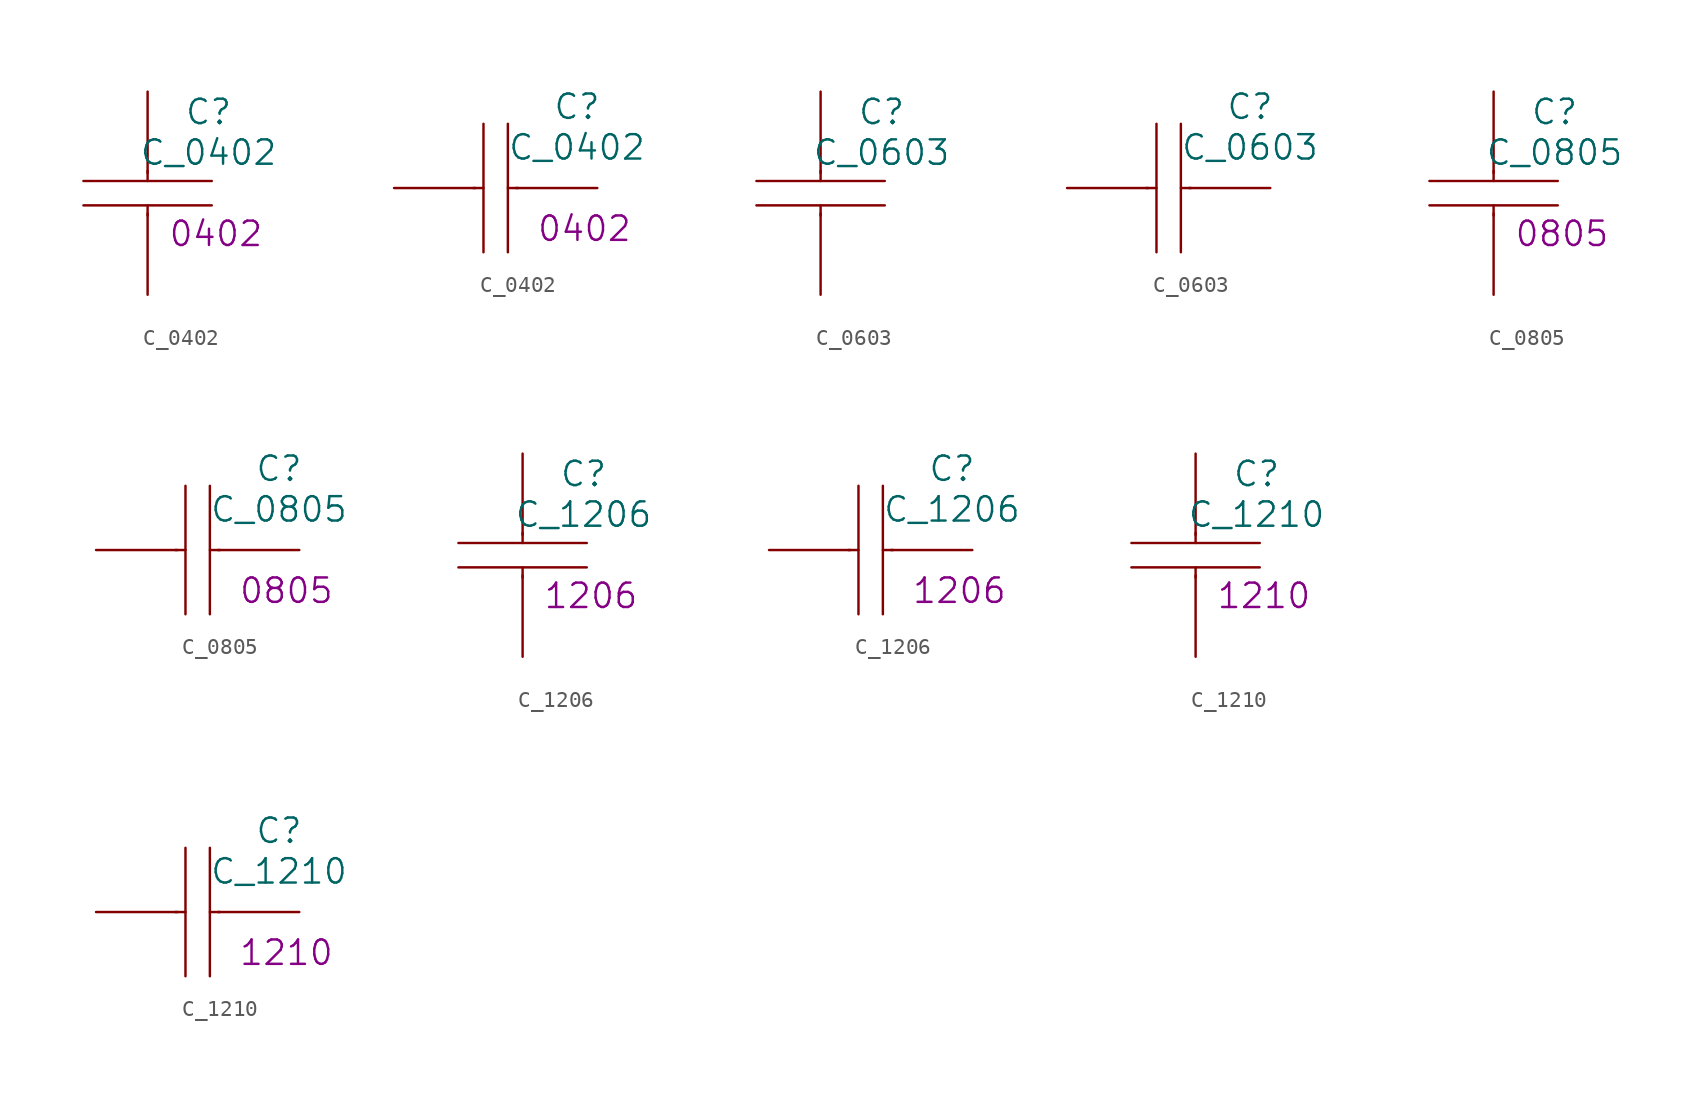
<source format=kicad_sym>
(kicad_symbol_lib
  (version 20220914)
  (generator kicad_symbol_editor)
  (symbol "C_0402"
    (pin_numbers hide)
    (pin_names
      (offset 1.016) hide)
    (property "Reference" "C"
      (at 3.81 5.08 0)
      (effects (font (size 1.524 1.524))))
    (property "Value" "C_0402"
      (at 3.81 2.54 0)
      (effects (font (size 1.524 1.524))))
    (property "Datasheet" ""
      (at 0 6.35 0)
      (effects (font (size 1.524 1.524))))
    (property "Size" "0402"
      (at 1.27 -2.54 0)
      (effects (font (size 1.524 1.524)) (justify left)))
    (symbol "C_0402_0_1"
      (polyline (pts (xy 0 -1.397) (xy 0 -0.762)) (stroke (width 0) (type solid)) (fill (type none)))
      (polyline (pts (xy 0 1.397) (xy 0 0.762)) (stroke (width 0) (type solid)) (fill (type none)))
      (polyline (pts (xy 4.013 -0.762) (xy -4.013 -0.762)) (stroke (width 0) (type solid)) (fill (type none)))
      (polyline (pts (xy 4.013 0.762) (xy -4.013 0.762)) (stroke (width 0) (type solid)) (fill (type none))))
    (symbol "C_0402_0_2"
      (polyline (pts (xy -2.667 0) (xy -2.032 0)) (stroke (width 0) (type solid)) (fill (type none)))
      (polyline (pts (xy -2.032 4.013) (xy -2.032 -4.013)) (stroke (width 0) (type solid)) (fill (type none)))
      (polyline (pts (xy -0.508 4.013) (xy -0.508 -4.013)) (stroke (width 0) (type solid)) (fill (type none)))
      (polyline (pts (xy 0.127 0) (xy -0.508 0)) (stroke (width 0) (type solid)) (fill (type none))))
    (symbol "C_0402_1_1"
      (pin passive line (at 0 6.35 270) (length 5.08) (name "~" (effects (font (size 1.27 1.27)))) (number "1" (effects (font (size 1.27 1.27)))))
      (pin passive line (at 0 -6.35 90) (length 5.08) (name "~" (effects (font (size 1.27 1.27)))) (number "2" (effects (font (size 1.27 1.27))))))
    (symbol "C_0402_1_2"
      (pin passive line (at -7.62 0 0) (length 5.08) (name "~" (effects (font (size 1.27 1.27)))) (number "1" (effects (font (size 1.27 1.27)))))
      (pin passive line (at 5.08 0 180) (length 5.08) (name "~" (effects (font (size 1.27 1.27)))) (number "2" (effects (font (size 1.27 1.27)))))))
  (symbol "C_0603"
    (pin_numbers hide)
    (pin_names
      (offset 1.016) hide)
    (property "Reference" "C"
      (at 3.81 5.08 0)
      (effects (font (size 1.524 1.524))))
    (property "Value" "C_0603"
      (at 3.81 2.54 0)
      (effects (font (size 1.524 1.524))))
    (property "Datasheet" ""
      (at 0 6.35 0)
      (effects (font (size 1.524 1.524))))
    (symbol "C_0603_0_1"
      (polyline (pts (xy 0 -1.397) (xy 0 -0.762)) (stroke (width 0) (type solid)) (fill (type none)))
      (polyline (pts (xy 0 1.397) (xy 0 0.762)) (stroke (width 0) (type solid)) (fill (type none)))
      (polyline (pts (xy 4.013 -0.762) (xy -4.013 -0.762)) (stroke (width 0) (type solid)) (fill (type none)))
      (polyline (pts (xy 4.013 0.762) (xy -4.013 0.762)) (stroke (width 0) (type solid)) (fill (type none))))
    (symbol "C_0603_0_2"
      (polyline (pts (xy -2.667 0) (xy -2.032 0)) (stroke (width 0) (type solid)) (fill (type none)))
      (polyline (pts (xy -2.032 4.013) (xy -2.032 -4.013)) (stroke (width 0) (type solid)) (fill (type none)))
      (polyline (pts (xy -0.508 4.013) (xy -0.508 -4.013)) (stroke (width 0) (type solid)) (fill (type none)))
      (polyline (pts (xy 0.127 0) (xy -0.508 0)) (stroke (width 0) (type solid)) (fill (type none))))
    (symbol "C_0603_1_1"
      (pin passive line (at 0 6.35 270) (length 5.08) (name "~" (effects (font (size 1.27 1.27)))) (number "1" (effects (font (size 1.27 1.27)))))
      (pin passive line (at 0 -6.35 90) (length 5.08) (name "~" (effects (font (size 1.27 1.27)))) (number "2" (effects (font (size 1.27 1.27))))))
    (symbol "C_0603_1_2"
      (pin passive line (at -7.62 0 0) (length 5.08) (name "~" (effects (font (size 1.27 1.27)))) (number "1" (effects (font (size 1.27 1.27)))))
      (pin passive line (at 5.08 0 180) (length 5.08) (name "~" (effects (font (size 1.27 1.27)))) (number "2" (effects (font (size 1.27 1.27)))))))
  (symbol "C_0805"
    (pin_numbers hide)
    (pin_names
      (offset 1.016) hide)
    (property "Reference" "C"
      (at 3.81 5.08 0)
      (effects (font (size 1.524 1.524))))
    (property "Value" "C_0805"
      (at 3.81 2.54 0)
      (effects (font (size 1.524 1.524))))
    (property "Datasheet" ""
      (at 0 6.35 0)
      (effects (font (size 1.524 1.524))))
    (property "Size" "0805"
      (at 1.27 -2.54 0)
      (effects (font (size 1.524 1.524)) (justify left)))
    (symbol "C_0805_0_1"
      (polyline (pts (xy 0 -1.397) (xy 0 -0.762)) (stroke (width 0) (type solid)) (fill (type none)))
      (polyline (pts (xy 0 1.397) (xy 0 0.762)) (stroke (width 0) (type solid)) (fill (type none)))
      (polyline (pts (xy 4.013 -0.762) (xy -4.013 -0.762)) (stroke (width 0) (type solid)) (fill (type none)))
      (polyline (pts (xy 4.013 0.762) (xy -4.013 0.762)) (stroke (width 0) (type solid)) (fill (type none))))
    (symbol "C_0805_0_2"
      (polyline (pts (xy -2.667 0) (xy -2.032 0)) (stroke (width 0) (type solid)) (fill (type none)))
      (polyline (pts (xy -2.032 4.013) (xy -2.032 -4.013)) (stroke (width 0) (type solid)) (fill (type none)))
      (polyline (pts (xy -0.508 4.013) (xy -0.508 -4.013)) (stroke (width 0) (type solid)) (fill (type none)))
      (polyline (pts (xy 0.127 0) (xy -0.508 0)) (stroke (width 0) (type solid)) (fill (type none))))
    (symbol "C_0805_1_1"
      (pin passive line (at 0 6.35 270) (length 5.08) (name "~" (effects (font (size 1.27 1.27)))) (number "1" (effects (font (size 1.27 1.27)))))
      (pin passive line (at 0 -6.35 90) (length 5.08) (name "~" (effects (font (size 1.27 1.27)))) (number "2" (effects (font (size 1.27 1.27))))))
    (symbol "C_0805_1_2"
      (pin passive line (at -7.62 0 0) (length 5.08) (name "~" (effects (font (size 1.27 1.27)))) (number "1" (effects (font (size 1.27 1.27)))))
      (pin passive line (at 5.08 0 180) (length 5.08) (name "~" (effects (font (size 1.27 1.27)))) (number "2" (effects (font (size 1.27 1.27)))))))
  (symbol "C_1206"
    (pin_numbers hide)
    (pin_names
      (offset 1.016) hide)
    (property "Reference" "C"
      (at 3.81 5.08 0)
      (effects (font (size 1.524 1.524))))
    (property "Value" "C_1206"
      (at 3.81 2.54 0)
      (effects (font (size 1.524 1.524))))
    (property "Datasheet" ""
      (at 0 6.35 0)
      (effects (font (size 1.524 1.524))))
    (property "Size" "1206"
      (at 1.27 -2.54 0)
      (effects (font (size 1.524 1.524)) (justify left)))
    (symbol "C_1206_0_1"
      (polyline (pts (xy 0 -1.397) (xy 0 -0.762)) (stroke (width 0) (type solid)) (fill (type none)))
      (polyline (pts (xy 0 1.397) (xy 0 0.762)) (stroke (width 0) (type solid)) (fill (type none)))
      (polyline (pts (xy 4.013 -0.762) (xy -4.013 -0.762)) (stroke (width 0) (type solid)) (fill (type none)))
      (polyline (pts (xy 4.013 0.762) (xy -4.013 0.762)) (stroke (width 0) (type solid)) (fill (type none))))
    (symbol "C_1206_0_2"
      (polyline (pts (xy -2.667 0) (xy -2.032 0)) (stroke (width 0) (type solid)) (fill (type none)))
      (polyline (pts (xy -2.032 4.013) (xy -2.032 -4.013)) (stroke (width 0) (type solid)) (fill (type none)))
      (polyline (pts (xy -0.508 4.013) (xy -0.508 -4.013)) (stroke (width 0) (type solid)) (fill (type none)))
      (polyline (pts (xy 0.127 0) (xy -0.508 0)) (stroke (width 0) (type solid)) (fill (type none))))
    (symbol "C_1206_1_1"
      (pin passive line (at 0 6.35 270) (length 5.08) (name "~" (effects (font (size 1.27 1.27)))) (number "1" (effects (font (size 1.27 1.27)))))
      (pin passive line (at 0 -6.35 90) (length 5.08) (name "~" (effects (font (size 1.27 1.27)))) (number "2" (effects (font (size 1.27 1.27))))))
    (symbol "C_1206_1_2"
      (pin passive line (at -7.62 0 0) (length 5.08) (name "~" (effects (font (size 1.27 1.27)))) (number "1" (effects (font (size 1.27 1.27)))))
      (pin passive line (at 5.08 0 180) (length 5.08) (name "~" (effects (font (size 1.27 1.27)))) (number "2" (effects (font (size 1.27 1.27)))))))
  (symbol "C_1210"
    (pin_numbers hide)
    (pin_names
      (offset 1.016) hide)
    (property "Reference" "C"
      (at 3.81 5.08 0)
      (effects (font (size 1.524 1.524))))
    (property "Value" "C_1210"
      (at 3.81 2.54 0)
      (effects (font (size 1.524 1.524))))
    (property "Datasheet" ""
      (at 0 6.35 0)
      (effects (font (size 1.524 1.524))))
    (property "Size" "1210"
      (at 1.27 -2.54 0)
      (effects (font (size 1.524 1.524)) (justify left)))
    (symbol "C_1210_0_1"
      (polyline (pts (xy 0 -1.397) (xy 0 -0.762)) (stroke (width 0) (type solid)) (fill (type none)))
      (polyline (pts (xy 0 1.397) (xy 0 0.762)) (stroke (width 0) (type solid)) (fill (type none)))
      (polyline (pts (xy 4.013 -0.762) (xy -4.013 -0.762)) (stroke (width 0) (type solid)) (fill (type none)))
      (polyline (pts (xy 4.013 0.762) (xy -4.013 0.762)) (stroke (width 0) (type solid)) (fill (type none))))
    (symbol "C_1210_0_2"
      (polyline (pts (xy -2.667 0) (xy -2.032 0)) (stroke (width 0) (type solid)) (fill (type none)))
      (polyline (pts (xy -2.032 4.013) (xy -2.032 -4.013)) (stroke (width 0) (type solid)) (fill (type none)))
      (polyline (pts (xy -0.508 4.013) (xy -0.508 -4.013)) (stroke (width 0) (type solid)) (fill (type none)))
      (polyline (pts (xy 0.127 0) (xy -0.508 0)) (stroke (width 0) (type solid)) (fill (type none))))
    (symbol "C_1210_1_1"
      (pin passive line (at 0 6.35 270) (length 5.08) (name "~" (effects (font (size 1.27 1.27)))) (number "1" (effects (font (size 1.27 1.27)))))
      (pin passive line (at 0 -6.35 90) (length 5.08) (name "~" (effects (font (size 1.27 1.27)))) (number "2" (effects (font (size 1.27 1.27))))))
    (symbol "C_1210_1_2"
      (pin passive line (at -7.62 0 0) (length 5.08) (name "~" (effects (font (size 1.27 1.27)))) (number "1" (effects (font (size 1.27 1.27)))))
      (pin passive line (at 5.08 0 180) (length 5.08) (name "~" (effects (font (size 1.27 1.27)))) (number "2" (effects (font (size 1.27 1.27))))))))
</source>
